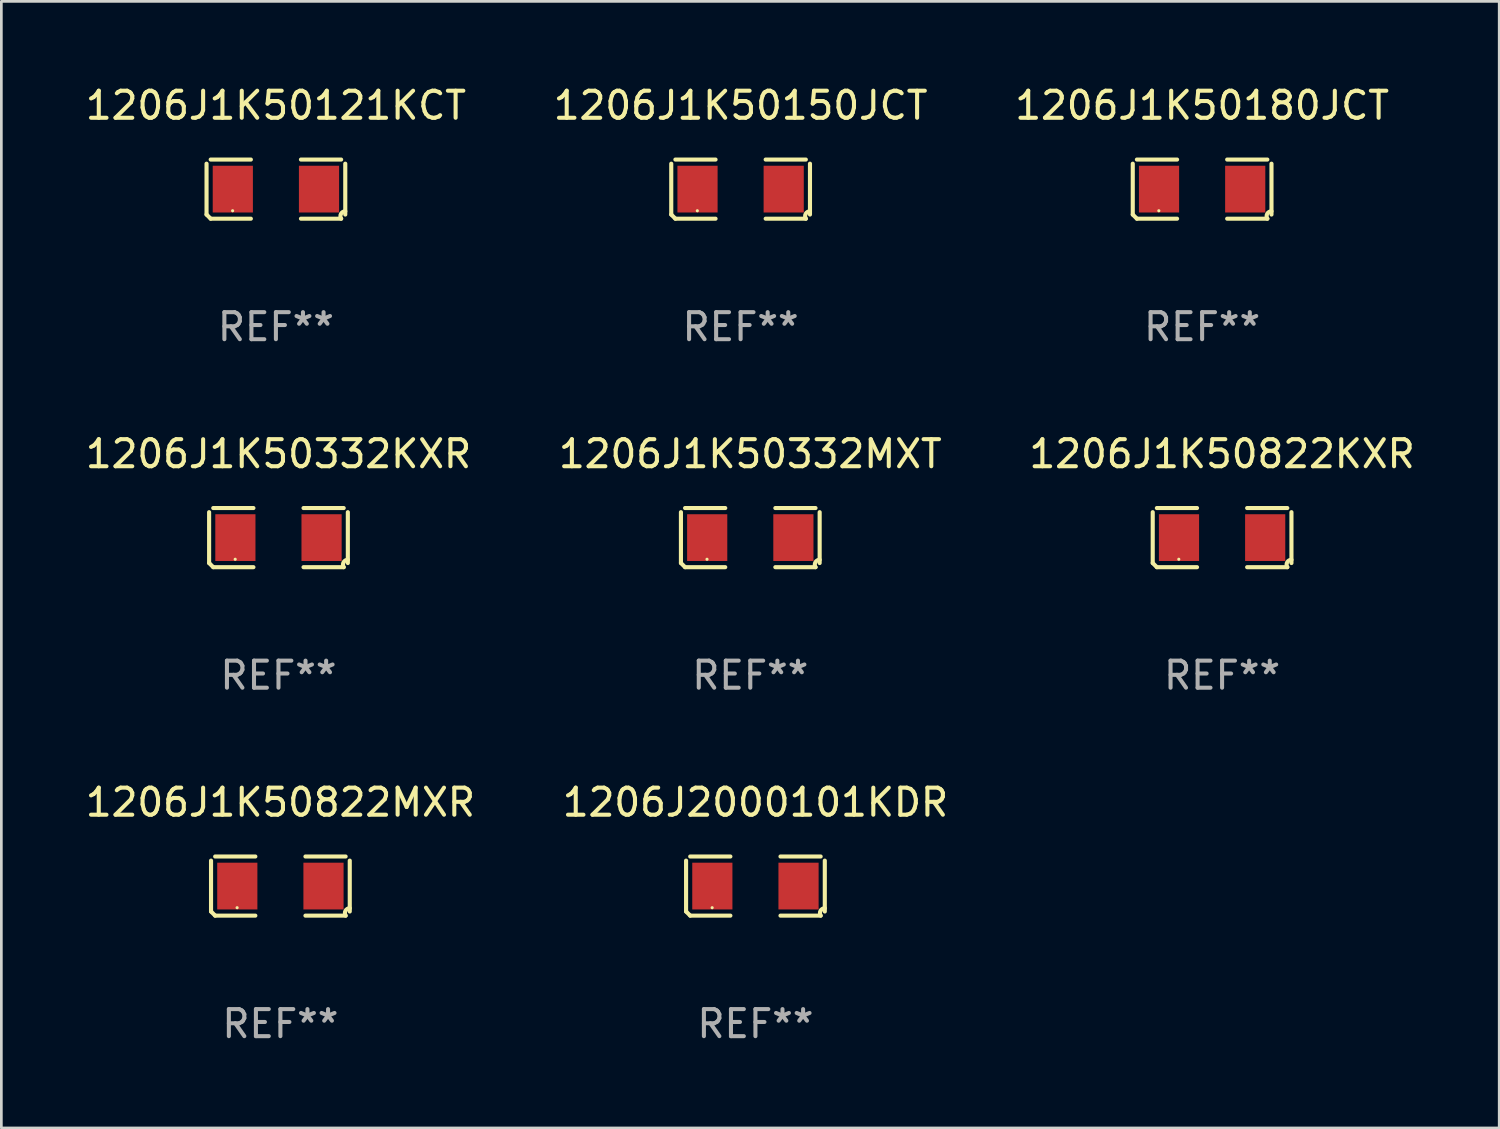
<source format=kicad_pcb>
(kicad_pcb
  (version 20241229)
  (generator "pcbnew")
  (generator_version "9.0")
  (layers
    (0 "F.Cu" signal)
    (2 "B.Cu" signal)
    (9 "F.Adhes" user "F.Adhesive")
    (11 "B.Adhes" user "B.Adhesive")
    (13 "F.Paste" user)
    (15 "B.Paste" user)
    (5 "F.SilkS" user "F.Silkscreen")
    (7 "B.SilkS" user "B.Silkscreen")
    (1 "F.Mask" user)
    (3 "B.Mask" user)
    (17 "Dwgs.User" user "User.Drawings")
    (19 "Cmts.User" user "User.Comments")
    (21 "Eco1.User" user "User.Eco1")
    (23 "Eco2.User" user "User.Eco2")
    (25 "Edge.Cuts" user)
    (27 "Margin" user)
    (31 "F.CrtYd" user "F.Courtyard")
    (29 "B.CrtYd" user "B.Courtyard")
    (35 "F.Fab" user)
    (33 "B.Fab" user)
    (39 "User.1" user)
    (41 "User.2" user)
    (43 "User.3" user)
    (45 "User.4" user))
  (footprint "1206J1K50121KCT"
    (layer "F.Cu")
    (at 7.149 3.941)
    (property "Reference" "1206J1K50121KCT" (at 0 -3.093 0) (layer "F.SilkS") (effects (font (size 1 1) (thickness 0.15))))
    (attr through_hole)
    (fp_line (start -2.564 0.94) (end -2.564 -0.94) (stroke (width 0.152) (type solid)) (layer "F.SilkS"))
    (fp_line (start -2.411 -1.093) (end -0.926 -1.093) (stroke (width 0.152) (type solid)) (layer "F.SilkS"))
    (fp_line (start -0.926 1.093) (end -2.411 1.093) (stroke (width 0.152) (type solid)) (layer "F.SilkS"))
    (fp_line (start 0.926 1.093) (end 2.411 1.093) (stroke (width 0.152) (type solid)) (layer "F.SilkS"))
    (fp_line (start 2.411 -1.093) (end 0.926 -1.093) (stroke (width 0.152) (type solid)) (layer "F.SilkS"))
    (fp_line (start 2.564 0.94) (end 2.564 -0.94) (stroke (width 0.152) (type solid)) (layer "F.SilkS"))
    (fp_arc (start -2.411201 1.092609) (mid -2.487413 1.01642) (end -2.563602 0.940208) (stroke (width 0.1524) (type solid)) (layer "F.SilkS"))
    (fp_arc (start 2.411201 1.092609) (mid 2.407159 0.911226) (end 2.563602 0.819347) (stroke (width 0.1524) (type solid)) (layer "F.SilkS"))
    (fp_circle (center -1.6 0.8) (end -1.57 0.8) (stroke (width 0.06) (type solid)) (fill no) (layer "F.SilkS"))
    (fp_text user "REF**" (at 0 5.093 0) (layer "F.Fab") (effects (font (size 1 1) (thickness 0.15))))
    (pad "1" smd rect (at -1.593 0) (size 1.485 1.728) (layers "F.Cu" "F.Mask" "F.Paste"))
    (pad "2" smd rect (at 1.593 0) (size 1.485 1.728) (layers "F.Cu" "F.Mask" "F.Paste")))
  (footprint "1206J1K50822MXR"
    (layer "F.Cu")
    (at 7.315 29.704)
    (property "Reference" "1206J1K50822MXR" (at 0 -3.093 0) (layer "F.SilkS") (effects (font (size 1 1) (thickness 0.15))))
    (attr through_hole)
    (fp_line (start -2.564 0.94) (end -2.564 -0.94) (stroke (width 0.152) (type solid)) (layer "F.SilkS"))
    (fp_line (start -2.411 -1.093) (end -0.926 -1.093) (stroke (width 0.152) (type solid)) (layer "F.SilkS"))
    (fp_line (start -0.926 1.093) (end -2.411 1.093) (stroke (width 0.152) (type solid)) (layer "F.SilkS"))
    (fp_line (start 0.926 1.093) (end 2.411 1.093) (stroke (width 0.152) (type solid)) (layer "F.SilkS"))
    (fp_line (start 2.411 -1.093) (end 0.926 -1.093) (stroke (width 0.152) (type solid)) (layer "F.SilkS"))
    (fp_line (start 2.564 0.94) (end 2.564 -0.94) (stroke (width 0.152) (type solid)) (layer "F.SilkS"))
    (fp_arc (start -2.411201 1.092609) (mid -2.487413 1.01642) (end -2.563602 0.940208) (stroke (width 0.1524) (type solid)) (layer "F.SilkS"))
    (fp_arc (start 2.411201 1.092609) (mid 2.407159 0.911226) (end 2.563602 0.819347) (stroke (width 0.1524) (type solid)) (layer "F.SilkS"))
    (fp_circle (center -1.6 0.8) (end -1.57 0.8) (stroke (width 0.06) (type solid)) (fill no) (layer "F.SilkS"))
    (fp_text user "REF**" (at 0 5.093 0) (layer "F.Fab") (effects (font (size 1 1) (thickness 0.15))))
    (pad "1" smd rect (at -1.593 0) (size 1.485 1.728) (layers "F.Cu" "F.Mask" "F.Paste"))
    (pad "2" smd rect (at 1.593 0) (size 1.485 1.728) (layers "F.Cu" "F.Mask" "F.Paste")))
  (footprint "1206J1K50150JCT"
    (layer "F.Cu")
    (at 24.327 3.941)
    (property "Reference" "1206J1K50150JCT" (at 0 -3.093 0) (layer "F.SilkS") (effects (font (size 1 1) (thickness 0.15))))
    (attr through_hole)
    (fp_line (start -2.564 0.94) (end -2.564 -0.94) (stroke (width 0.152) (type solid)) (layer "F.SilkS"))
    (fp_line (start -2.411 -1.093) (end -0.926 -1.093) (stroke (width 0.152) (type solid)) (layer "F.SilkS"))
    (fp_line (start -0.926 1.093) (end -2.411 1.093) (stroke (width 0.152) (type solid)) (layer "F.SilkS"))
    (fp_line (start 0.926 1.093) (end 2.411 1.093) (stroke (width 0.152) (type solid)) (layer "F.SilkS"))
    (fp_line (start 2.411 -1.093) (end 0.926 -1.093) (stroke (width 0.152) (type solid)) (layer "F.SilkS"))
    (fp_line (start 2.564 0.94) (end 2.564 -0.94) (stroke (width 0.152) (type solid)) (layer "F.SilkS"))
    (fp_arc (start -2.411201 1.092609) (mid -2.487413 1.01642) (end -2.563602 0.940208) (stroke (width 0.1524) (type solid)) (layer "F.SilkS"))
    (fp_arc (start 2.411201 1.092609) (mid 2.407159 0.911226) (end 2.563602 0.819347) (stroke (width 0.1524) (type solid)) (layer "F.SilkS"))
    (fp_circle (center -1.6 0.8) (end -1.57 0.8) (stroke (width 0.06) (type solid)) (fill no) (layer "F.SilkS"))
    (fp_text user "REF**" (at 0 5.093 0) (layer "F.Fab") (effects (font (size 1 1) (thickness 0.15))))
    (pad "1" smd rect (at -1.593 0) (size 1.485 1.728) (layers "F.Cu" "F.Mask" "F.Paste"))
    (pad "2" smd rect (at 1.593 0) (size 1.485 1.728) (layers "F.Cu" "F.Mask" "F.Paste")))
  (footprint "1206J1K50332MXT"
    (layer "F.Cu")
    (at 24.685 16.823)
    (property "Reference" "1206J1K50332MXT" (at 0 -3.093 0) (layer "F.SilkS") (effects (font (size 1 1) (thickness 0.15))))
    (attr through_hole)
    (fp_line (start -2.564 0.94) (end -2.564 -0.94) (stroke (width 0.152) (type solid)) (layer "F.SilkS"))
    (fp_line (start -2.411 -1.093) (end -0.926 -1.093) (stroke (width 0.152) (type solid)) (layer "F.SilkS"))
    (fp_line (start -0.926 1.093) (end -2.411 1.093) (stroke (width 0.152) (type solid)) (layer "F.SilkS"))
    (fp_line (start 0.926 1.093) (end 2.411 1.093) (stroke (width 0.152) (type solid)) (layer "F.SilkS"))
    (fp_line (start 2.411 -1.093) (end 0.926 -1.093) (stroke (width 0.152) (type solid)) (layer "F.SilkS"))
    (fp_line (start 2.564 0.94) (end 2.564 -0.94) (stroke (width 0.152) (type solid)) (layer "F.SilkS"))
    (fp_arc (start -2.411201 1.092609) (mid -2.487413 1.01642) (end -2.563602 0.940208) (stroke (width 0.1524) (type solid)) (layer "F.SilkS"))
    (fp_arc (start 2.411201 1.092609) (mid 2.407159 0.911226) (end 2.563602 0.819347) (stroke (width 0.1524) (type solid)) (layer "F.SilkS"))
    (fp_circle (center -1.6 0.8) (end -1.57 0.8) (stroke (width 0.06) (type solid)) (fill no) (layer "F.SilkS"))
    (fp_text user "REF**" (at 0 5.093 0) (layer "F.Fab") (effects (font (size 1 1) (thickness 0.15))))
    (pad "1" smd rect (at -1.593 0) (size 1.485 1.728) (layers "F.Cu" "F.Mask" "F.Paste"))
    (pad "2" smd rect (at 1.593 0) (size 1.485 1.728) (layers "F.Cu" "F.Mask" "F.Paste")))
  (footprint "1206J1K50332KXR"
    (layer "F.Cu")
    (at 7.244 16.823)
    (property "Reference" "1206J1K50332KXR" (at 0 -3.093 0) (layer "F.SilkS") (effects (font (size 1 1) (thickness 0.15))))
    (attr through_hole)
    (fp_line (start -2.564 0.94) (end -2.564 -0.94) (stroke (width 0.152) (type solid)) (layer "F.SilkS"))
    (fp_line (start -2.411 -1.093) (end -0.926 -1.093) (stroke (width 0.152) (type solid)) (layer "F.SilkS"))
    (fp_line (start -0.926 1.093) (end -2.411 1.093) (stroke (width 0.152) (type solid)) (layer "F.SilkS"))
    (fp_line (start 0.926 1.093) (end 2.411 1.093) (stroke (width 0.152) (type solid)) (layer "F.SilkS"))
    (fp_line (start 2.411 -1.093) (end 0.926 -1.093) (stroke (width 0.152) (type solid)) (layer "F.SilkS"))
    (fp_line (start 2.564 0.94) (end 2.564 -0.94) (stroke (width 0.152) (type solid)) (layer "F.SilkS"))
    (fp_arc (start -2.411201 1.092609) (mid -2.487413 1.01642) (end -2.563602 0.940208) (stroke (width 0.1524) (type solid)) (layer "F.SilkS"))
    (fp_arc (start 2.411201 1.092609) (mid 2.407159 0.911226) (end 2.563602 0.819347) (stroke (width 0.1524) (type solid)) (layer "F.SilkS"))
    (fp_circle (center -1.6 0.8) (end -1.57 0.8) (stroke (width 0.06) (type solid)) (fill no) (layer "F.SilkS"))
    (fp_text user "REF**" (at 0 5.093 0) (layer "F.Fab") (effects (font (size 1 1) (thickness 0.15))))
    (pad "1" smd rect (at -1.593 0) (size 1.485 1.728) (layers "F.Cu" "F.Mask" "F.Paste"))
    (pad "2" smd rect (at 1.593 0) (size 1.485 1.728) (layers "F.Cu" "F.Mask" "F.Paste")))
  (footprint "1206J2000101KDR"
    (layer "F.Cu")
    (at 24.875 29.704)
    (property "Reference" "1206J2000101KDR" (at 0 -3.093 0) (layer "F.SilkS") (effects (font (size 1 1) (thickness 0.15))))
    (attr through_hole)
    (fp_line (start -2.564 0.94) (end -2.564 -0.94) (stroke (width 0.152) (type solid)) (layer "F.SilkS"))
    (fp_line (start -2.411 -1.093) (end -0.926 -1.093) (stroke (width 0.152) (type solid)) (layer "F.SilkS"))
    (fp_line (start -0.926 1.093) (end -2.411 1.093) (stroke (width 0.152) (type solid)) (layer "F.SilkS"))
    (fp_line (start 0.926 1.093) (end 2.411 1.093) (stroke (width 0.152) (type solid)) (layer "F.SilkS"))
    (fp_line (start 2.411 -1.093) (end 0.926 -1.093) (stroke (width 0.152) (type solid)) (layer "F.SilkS"))
    (fp_line (start 2.564 0.94) (end 2.564 -0.94) (stroke (width 0.152) (type solid)) (layer "F.SilkS"))
    (fp_arc (start -2.411201 1.092609) (mid -2.487413 1.01642) (end -2.563602 0.940208) (stroke (width 0.1524) (type solid)) (layer "F.SilkS"))
    (fp_arc (start 2.411201 1.092609) (mid 2.407159 0.911226) (end 2.563602 0.819347) (stroke (width 0.1524) (type solid)) (layer "F.SilkS"))
    (fp_circle (center -1.6 0.8) (end -1.57 0.8) (stroke (width 0.06) (type solid)) (fill no) (layer "F.SilkS"))
    (fp_text user "REF**" (at 0 5.093 0) (layer "F.Fab") (effects (font (size 1 1) (thickness 0.15))))
    (pad "1" smd rect (at -1.593 0) (size 1.485 1.728) (layers "F.Cu" "F.Mask" "F.Paste"))
    (pad "2" smd rect (at 1.593 0) (size 1.485 1.728) (layers "F.Cu" "F.Mask" "F.Paste")))
  (footprint "1206J1K50822KXR"
    (layer "F.Cu")
    (at 42.125 16.823)
    (property "Reference" "1206J1K50822KXR" (at 0 -3.093 0) (layer "F.SilkS") (effects (font (size 1 1) (thickness 0.15))))
    (attr through_hole)
    (fp_line (start -2.564 0.94) (end -2.564 -0.94) (stroke (width 0.152) (type solid)) (layer "F.SilkS"))
    (fp_line (start -2.411 -1.093) (end -0.926 -1.093) (stroke (width 0.152) (type solid)) (layer "F.SilkS"))
    (fp_line (start -0.926 1.093) (end -2.411 1.093) (stroke (width 0.152) (type solid)) (layer "F.SilkS"))
    (fp_line (start 0.926 1.093) (end 2.411 1.093) (stroke (width 0.152) (type solid)) (layer "F.SilkS"))
    (fp_line (start 2.411 -1.093) (end 0.926 -1.093) (stroke (width 0.152) (type solid)) (layer "F.SilkS"))
    (fp_line (start 2.564 0.94) (end 2.564 -0.94) (stroke (width 0.152) (type solid)) (layer "F.SilkS"))
    (fp_arc (start -2.411201 1.092609) (mid -2.487413 1.01642) (end -2.563602 0.940208) (stroke (width 0.1524) (type solid)) (layer "F.SilkS"))
    (fp_arc (start 2.411201 1.092609) (mid 2.407159 0.911226) (end 2.563602 0.819347) (stroke (width 0.1524) (type solid)) (layer "F.SilkS"))
    (fp_circle (center -1.6 0.8) (end -1.57 0.8) (stroke (width 0.06) (type solid)) (fill no) (layer "F.SilkS"))
    (fp_text user "REF**" (at 0 5.093 0) (layer "F.Fab") (effects (font (size 1 1) (thickness 0.15))))
    (pad "1" smd rect (at -1.593 0) (size 1.485 1.728) (layers "F.Cu" "F.Mask" "F.Paste"))
    (pad "2" smd rect (at 1.593 0) (size 1.485 1.728) (layers "F.Cu" "F.Mask" "F.Paste")))
  (footprint "1206J1K50180JCT"
    (layer "F.Cu")
    (at 41.387 3.941)
    (property "Reference" "1206J1K50180JCT" (at 0 -3.093 0) (layer "F.SilkS") (effects (font (size 1 1) (thickness 0.15))))
    (attr through_hole)
    (fp_line (start -2.564 0.94) (end -2.564 -0.94) (stroke (width 0.152) (type solid)) (layer "F.SilkS"))
    (fp_line (start -2.411 -1.093) (end -0.926 -1.093) (stroke (width 0.152) (type solid)) (layer "F.SilkS"))
    (fp_line (start -0.926 1.093) (end -2.411 1.093) (stroke (width 0.152) (type solid)) (layer "F.SilkS"))
    (fp_line (start 0.926 1.093) (end 2.411 1.093) (stroke (width 0.152) (type solid)) (layer "F.SilkS"))
    (fp_line (start 2.411 -1.093) (end 0.926 -1.093) (stroke (width 0.152) (type solid)) (layer "F.SilkS"))
    (fp_line (start 2.564 0.94) (end 2.564 -0.94) (stroke (width 0.152) (type solid)) (layer "F.SilkS"))
    (fp_arc (start -2.411201 1.092609) (mid -2.487413 1.01642) (end -2.563602 0.940208) (stroke (width 0.1524) (type solid)) (layer "F.SilkS"))
    (fp_arc (start 2.411201 1.092609) (mid 2.407159 0.911226) (end 2.563602 0.819347) (stroke (width 0.1524) (type solid)) (layer "F.SilkS"))
    (fp_circle (center -1.6 0.8) (end -1.57 0.8) (stroke (width 0.06) (type solid)) (fill no) (layer "F.SilkS"))
    (fp_text user "REF**" (at 0 5.093 0) (layer "F.Fab") (effects (font (size 1 1) (thickness 0.15))))
    (pad "1" smd rect (at -1.593 0) (size 1.485 1.728) (layers "F.Cu" "F.Mask" "F.Paste"))
    (pad "2" smd rect (at 1.593 0) (size 1.485 1.728) (layers "F.Cu" "F.Mask" "F.Paste")))
  (gr_rect
    (start -3 -3)
    (end 52.369 38.645)
    (stroke (width 0.1) (type default))
    (fill no)
    (layer "Edge.Cuts")))
</source>
